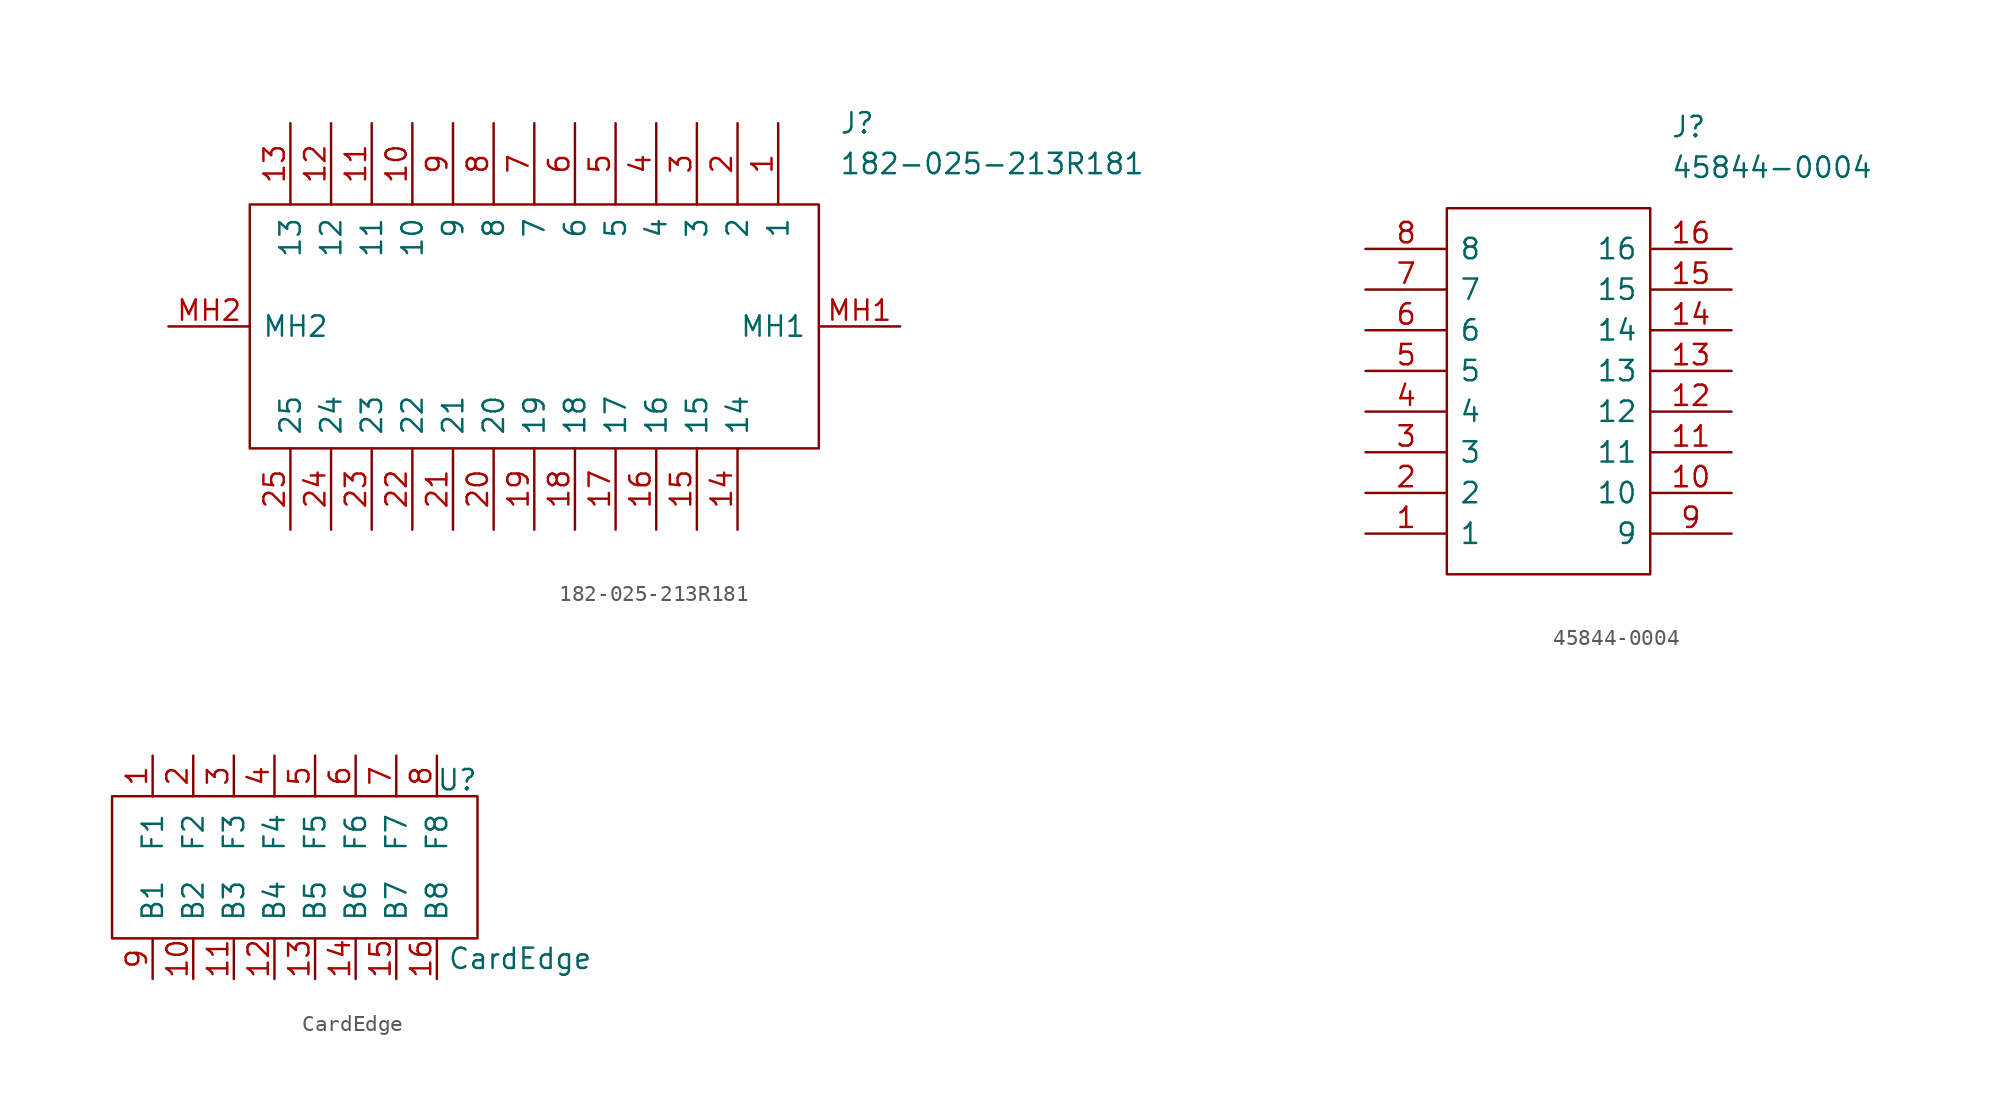
<source format=kicad_sym>
(kicad_symbol_lib
  (version 20211014)
  (generator kicad_symbol_editor)
  (symbol "182-025-213R181"
    (pin_names
      (offset 0.762))
    (property "Reference" "J"
      (at 41.91 12.7 0)
      (effects (font (size 1.27 1.27)) (justify left)))
    (property "Value" "182-025-213R181"
      (at 41.91 10.16 0)
      (effects (font (size 1.27 1.27)) (justify left)))
    (symbol "182-025-213R181_0_0"
      (pin passive line (at 38.1 12.7 270) (length 5.08) (name "1" (effects (font (size 1.27 1.27)))) (number "1" (effects (font (size 1.27 1.27)))))
      (pin passive line (at 15.24 12.7 270) (length 5.08) (name "10" (effects (font (size 1.27 1.27)))) (number "10" (effects (font (size 1.27 1.27)))))
      (pin passive line (at 12.7 12.7 270) (length 5.08) (name "11" (effects (font (size 1.27 1.27)))) (number "11" (effects (font (size 1.27 1.27)))))
      (pin passive line (at 10.16 12.7 270) (length 5.08) (name "12" (effects (font (size 1.27 1.27)))) (number "12" (effects (font (size 1.27 1.27)))))
      (pin passive line (at 7.62 12.7 270) (length 5.08) (name "13" (effects (font (size 1.27 1.27)))) (number "13" (effects (font (size 1.27 1.27)))))
      (pin passive line (at 35.56 -12.7 90) (length 5.08) (name "14" (effects (font (size 1.27 1.27)))) (number "14" (effects (font (size 1.27 1.27)))))
      (pin passive line (at 33.02 -12.7 90) (length 5.08) (name "15" (effects (font (size 1.27 1.27)))) (number "15" (effects (font (size 1.27 1.27)))))
      (pin passive line (at 30.48 -12.7 90) (length 5.08) (name "16" (effects (font (size 1.27 1.27)))) (number "16" (effects (font (size 1.27 1.27)))))
      (pin passive line (at 27.94 -12.7 90) (length 5.08) (name "17" (effects (font (size 1.27 1.27)))) (number "17" (effects (font (size 1.27 1.27)))))
      (pin passive line (at 25.4 -12.7 90) (length 5.08) (name "18" (effects (font (size 1.27 1.27)))) (number "18" (effects (font (size 1.27 1.27)))))
      (pin passive line (at 22.86 -12.7 90) (length 5.08) (name "19" (effects (font (size 1.27 1.27)))) (number "19" (effects (font (size 1.27 1.27)))))
      (pin passive line (at 35.56 12.7 270) (length 5.08) (name "2" (effects (font (size 1.27 1.27)))) (number "2" (effects (font (size 1.27 1.27)))))
      (pin passive line (at 20.32 -12.7 90) (length 5.08) (name "20" (effects (font (size 1.27 1.27)))) (number "20" (effects (font (size 1.27 1.27)))))
      (pin passive line (at 17.78 -12.7 90) (length 5.08) (name "21" (effects (font (size 1.27 1.27)))) (number "21" (effects (font (size 1.27 1.27)))))
      (pin passive line (at 15.24 -12.7 90) (length 5.08) (name "22" (effects (font (size 1.27 1.27)))) (number "22" (effects (font (size 1.27 1.27)))))
      (pin passive line (at 12.7 -12.7 90) (length 5.08) (name "23" (effects (font (size 1.27 1.27)))) (number "23" (effects (font (size 1.27 1.27)))))
      (pin passive line (at 10.16 -12.7 90) (length 5.08) (name "24" (effects (font (size 1.27 1.27)))) (number "24" (effects (font (size 1.27 1.27)))))
      (pin passive line (at 7.62 -12.7 90) (length 5.08) (name "25" (effects (font (size 1.27 1.27)))) (number "25" (effects (font (size 1.27 1.27)))))
      (pin passive line (at 33.02 12.7 270) (length 5.08) (name "3" (effects (font (size 1.27 1.27)))) (number "3" (effects (font (size 1.27 1.27)))))
      (pin passive line (at 30.48 12.7 270) (length 5.08) (name "4" (effects (font (size 1.27 1.27)))) (number "4" (effects (font (size 1.27 1.27)))))
      (pin passive line (at 27.94 12.7 270) (length 5.08) (name "5" (effects (font (size 1.27 1.27)))) (number "5" (effects (font (size 1.27 1.27)))))
      (pin passive line (at 25.4 12.7 270) (length 5.08) (name "6" (effects (font (size 1.27 1.27)))) (number "6" (effects (font (size 1.27 1.27)))))
      (pin passive line (at 22.86 12.7 270) (length 5.08) (name "7" (effects (font (size 1.27 1.27)))) (number "7" (effects (font (size 1.27 1.27)))))
      (pin passive line (at 20.32 12.7 270) (length 5.08) (name "8" (effects (font (size 1.27 1.27)))) (number "8" (effects (font (size 1.27 1.27)))))
      (pin passive line (at 17.78 12.7 270) (length 5.08) (name "9" (effects (font (size 1.27 1.27)))) (number "9" (effects (font (size 1.27 1.27)))))
      (pin passive line (at 45.72 0 180) (length 5.08) (name "MH1" (effects (font (size 1.27 1.27)))) (number "MH1" (effects (font (size 1.27 1.27)))))
      (pin passive line (at 0 0 0) (length 5.08) (name "MH2" (effects (font (size 1.27 1.27)))) (number "MH2" (effects (font (size 1.27 1.27))))))
    (symbol "182-025-213R181_0_1"
      (polyline (pts (xy 5.08 7.62) (xy 40.64 7.62) (xy 40.64 -7.62) (xy 5.08 -7.62) (xy 5.08 7.62)) (stroke (width 0.152) (type default) (color 0 0 0 0)) (fill (type none)))))
  (symbol "45844-0004"
    (pin_names
      (offset 0.762))
    (property "Reference" "J"
      (at 19.05 7.62 0)
      (effects (font (size 1.27 1.27)) (justify left)))
    (property "Value" "45844-0004"
      (at 19.05 5.08 0)
      (effects (font (size 1.27 1.27)) (justify left)))
    (symbol "45844-0004_0_0"
      (pin passive line (at 0 -17.78 0) (length 5.08) (name "1" (effects (font (size 1.27 1.27)))) (number "1" (effects (font (size 1.27 1.27)))))
      (pin passive line (at 22.86 -15.24 180) (length 5.08) (name "10" (effects (font (size 1.27 1.27)))) (number "10" (effects (font (size 1.27 1.27)))))
      (pin passive line (at 22.86 -12.7 180) (length 5.08) (name "11" (effects (font (size 1.27 1.27)))) (number "11" (effects (font (size 1.27 1.27)))))
      (pin passive line (at 22.86 -10.16 180) (length 5.08) (name "12" (effects (font (size 1.27 1.27)))) (number "12" (effects (font (size 1.27 1.27)))))
      (pin passive line (at 22.86 -7.62 180) (length 5.08) (name "13" (effects (font (size 1.27 1.27)))) (number "13" (effects (font (size 1.27 1.27)))))
      (pin passive line (at 22.86 -5.08 180) (length 5.08) (name "14" (effects (font (size 1.27 1.27)))) (number "14" (effects (font (size 1.27 1.27)))))
      (pin passive line (at 22.86 -2.54 180) (length 5.08) (name "15" (effects (font (size 1.27 1.27)))) (number "15" (effects (font (size 1.27 1.27)))))
      (pin passive line (at 22.86 0 180) (length 5.08) (name "16" (effects (font (size 1.27 1.27)))) (number "16" (effects (font (size 1.27 1.27)))))
      (pin passive line (at 0 -15.24 0) (length 5.08) (name "2" (effects (font (size 1.27 1.27)))) (number "2" (effects (font (size 1.27 1.27)))))
      (pin passive line (at 0 -12.7 0) (length 5.08) (name "3" (effects (font (size 1.27 1.27)))) (number "3" (effects (font (size 1.27 1.27)))))
      (pin passive line (at 0 -10.16 0) (length 5.08) (name "4" (effects (font (size 1.27 1.27)))) (number "4" (effects (font (size 1.27 1.27)))))
      (pin passive line (at 0 -7.62 0) (length 5.08) (name "5" (effects (font (size 1.27 1.27)))) (number "5" (effects (font (size 1.27 1.27)))))
      (pin passive line (at 0 -5.08 0) (length 5.08) (name "6" (effects (font (size 1.27 1.27)))) (number "6" (effects (font (size 1.27 1.27)))))
      (pin passive line (at 0 -2.54 0) (length 5.08) (name "7" (effects (font (size 1.27 1.27)))) (number "7" (effects (font (size 1.27 1.27)))))
      (pin passive line (at 0 0 0) (length 5.08) (name "8" (effects (font (size 1.27 1.27)))) (number "8" (effects (font (size 1.27 1.27)))))
      (pin passive line (at 22.86 -17.78 180) (length 5.08) (name "9" (effects (font (size 1.27 1.27)))) (number "9" (effects (font (size 1.27 1.27))))))
    (symbol "45844-0004_0_1"
      (polyline (pts (xy 5.08 2.54) (xy 17.78 2.54) (xy 17.78 -20.32) (xy 5.08 -20.32) (xy 5.08 2.54)) (stroke (width 0.152) (type default) (color 0 0 0 0)) (fill (type none)))))
  (symbol "CardEdge"
    (pin_names
      (offset 1.016))
    (property "Reference" "U"
      (at 21.59 1.016 0)
      (effects (font (size 1.27 1.27))))
    (property "Value" "CardEdge"
      (at 25.527 -10.16 0)
      (effects (font (size 1.27 1.27))))
    (symbol "CardEdge_0_1"
      (rectangle (start 0 0) (end 22.86 -8.89) (stroke (width 0) (type default) (color 0 0 0 0)) (fill (type none))))
    (symbol "CardEdge_1_1"
      (pin input line (at 2.54 2.54 270) (length 2.54) (name "F1" (effects (font (size 1.27 1.27)))) (number "1" (effects (font (size 1.27 1.27)))))
      (pin input line (at 5.08 -11.43 90) (length 2.54) (name "B2" (effects (font (size 1.27 1.27)))) (number "10" (effects (font (size 1.27 1.27)))))
      (pin input line (at 7.62 -11.43 90) (length 2.54) (name "B3" (effects (font (size 1.27 1.27)))) (number "11" (effects (font (size 1.27 1.27)))))
      (pin input line (at 10.16 -11.43 90) (length 2.54) (name "B4" (effects (font (size 1.27 1.27)))) (number "12" (effects (font (size 1.27 1.27)))))
      (pin input line (at 12.7 -11.43 90) (length 2.54) (name "B5" (effects (font (size 1.27 1.27)))) (number "13" (effects (font (size 1.27 1.27)))))
      (pin input line (at 15.24 -11.43 90) (length 2.54) (name "B6" (effects (font (size 1.27 1.27)))) (number "14" (effects (font (size 1.27 1.27)))))
      (pin input line (at 17.78 -11.43 90) (length 2.54) (name "B7" (effects (font (size 1.27 1.27)))) (number "15" (effects (font (size 1.27 1.27)))))
      (pin input line (at 20.32 -11.43 90) (length 2.54) (name "B8" (effects (font (size 1.27 1.27)))) (number "16" (effects (font (size 1.27 1.27)))))
      (pin input line (at 5.08 2.54 270) (length 2.54) (name "F2" (effects (font (size 1.27 1.27)))) (number "2" (effects (font (size 1.27 1.27)))))
      (pin input line (at 7.62 2.54 270) (length 2.54) (name "F3" (effects (font (size 1.27 1.27)))) (number "3" (effects (font (size 1.27 1.27)))))
      (pin input line (at 10.16 2.54 270) (length 2.54) (name "F4" (effects (font (size 1.27 1.27)))) (number "4" (effects (font (size 1.27 1.27)))))
      (pin input line (at 12.7 2.54 270) (length 2.54) (name "F5" (effects (font (size 1.27 1.27)))) (number "5" (effects (font (size 1.27 1.27)))))
      (pin input line (at 15.24 2.54 270) (length 2.54) (name "F6" (effects (font (size 1.27 1.27)))) (number "6" (effects (font (size 1.27 1.27)))))
      (pin input line (at 17.78 2.54 270) (length 2.54) (name "F7" (effects (font (size 1.27 1.27)))) (number "7" (effects (font (size 1.27 1.27)))))
      (pin input line (at 20.32 2.54 270) (length 2.54) (name "F8" (effects (font (size 1.27 1.27)))) (number "8" (effects (font (size 1.27 1.27)))))
      (pin input line (at 2.54 -11.43 90) (length 2.54) (name "B1" (effects (font (size 1.27 1.27)))) (number "9" (effects (font (size 1.27 1.27))))))))
</source>
